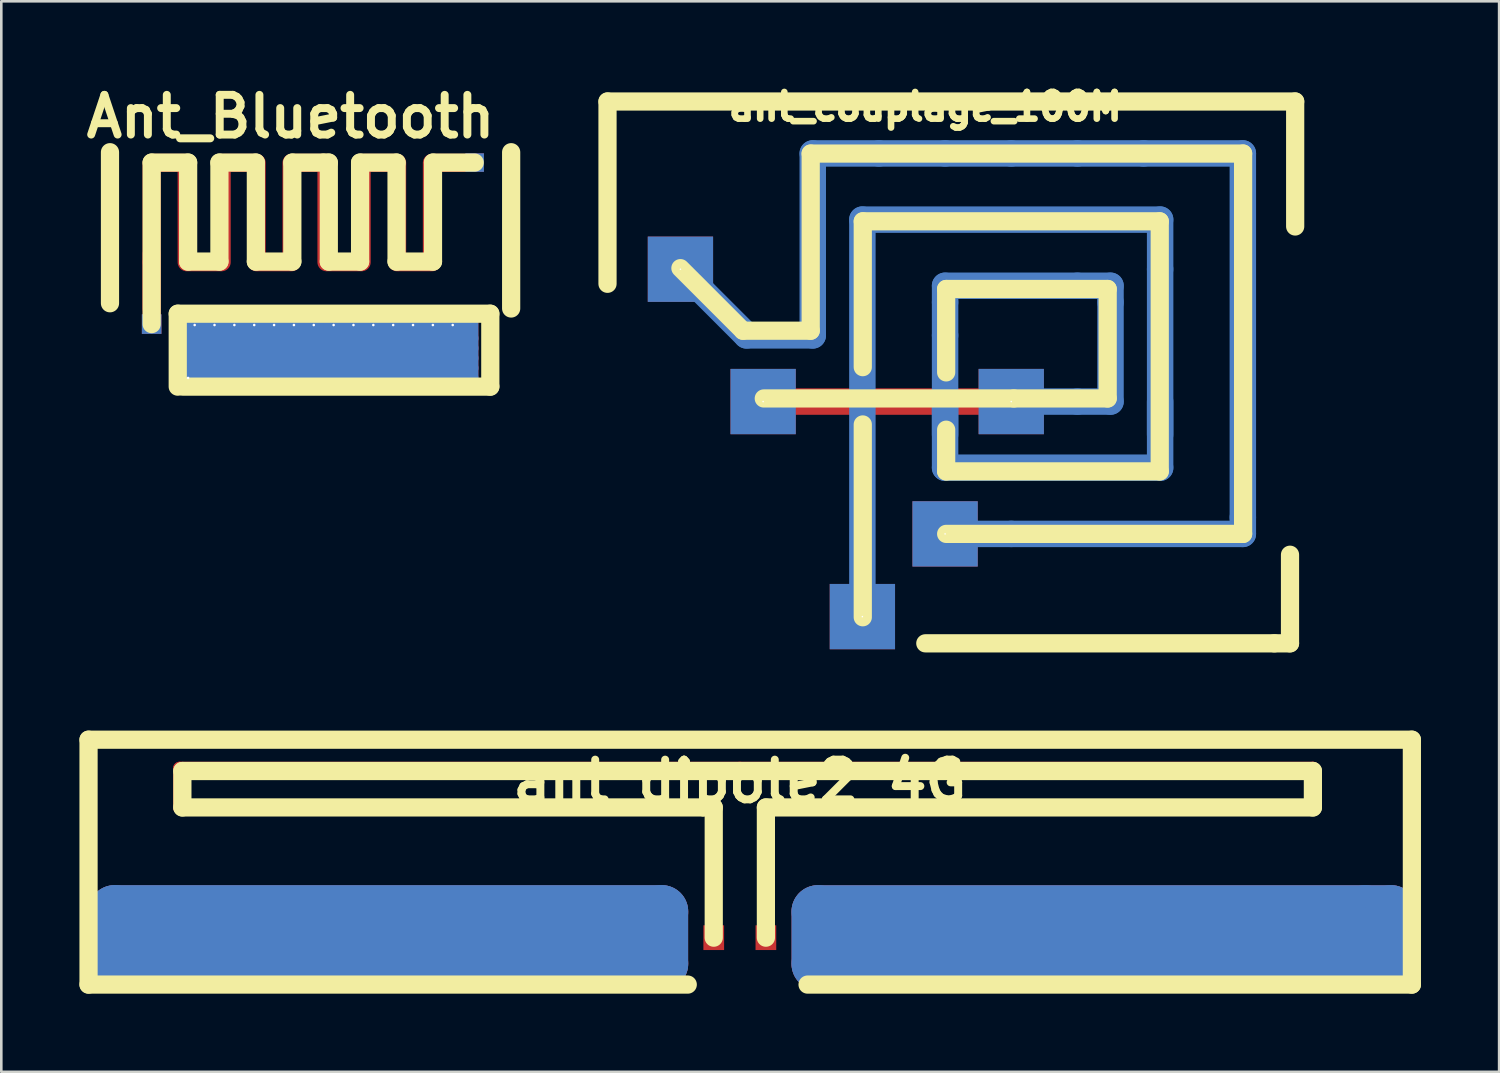
<source format=kicad_pcb>
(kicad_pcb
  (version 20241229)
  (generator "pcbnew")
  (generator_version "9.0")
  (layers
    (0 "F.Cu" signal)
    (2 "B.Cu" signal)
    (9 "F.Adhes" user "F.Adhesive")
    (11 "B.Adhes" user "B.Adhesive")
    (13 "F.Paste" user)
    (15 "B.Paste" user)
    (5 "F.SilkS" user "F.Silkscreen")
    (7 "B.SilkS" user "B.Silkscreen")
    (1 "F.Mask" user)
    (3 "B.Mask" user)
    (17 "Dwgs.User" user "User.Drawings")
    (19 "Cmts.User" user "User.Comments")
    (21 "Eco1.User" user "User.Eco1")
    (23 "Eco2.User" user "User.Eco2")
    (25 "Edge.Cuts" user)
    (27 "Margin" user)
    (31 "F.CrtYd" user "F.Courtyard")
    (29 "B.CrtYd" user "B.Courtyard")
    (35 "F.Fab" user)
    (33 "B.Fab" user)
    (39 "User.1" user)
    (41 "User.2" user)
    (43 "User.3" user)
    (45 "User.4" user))
  (footprint "ant_dipole2_4G"
    (layer "F.Cu")
    (at 25.35 30.946)
    (property "Reference" "ant_dipole2_4G" (at 0 -4 0) (layer "F.SilkS") (effects (font (size 1.524 1.524) (thickness 0.305))))
    (attr through_hole)
    (fp_line (start -24 1.001) (end -24 3) (stroke (width 2.032) (type solid)) (layer "F.Cu"))
    (fp_line (start -23.998 1.001) (end -2.997 1.001) (stroke (width 2.032) (type solid)) (layer "F.Cu"))
    (fp_line (start -23.998 3.002) (end -2.997 3.002) (stroke (width 2.032) (type solid)) (layer "F.Cu"))
    (fp_line (start -21.501 -4.501) (end 0 -4.501) (stroke (width 0.508) (type solid)) (layer "F.Cu"))
    (fp_line (start -21.501 -3) (end -21.501 -4.501) (stroke (width 0.508) (type solid)) (layer "F.Cu"))
    (fp_line (start -3 1.001) (end -3 3) (stroke (width 2.032) (type solid)) (layer "F.Cu"))
    (fp_line (start -1.001 -3) (end -21.501 -3) (stroke (width 0.508) (type solid)) (layer "F.Cu"))
    (fp_line (start -1.001 -3) (end -1.001 1.001) (stroke (width 0.508) (type solid)) (layer "F.Cu"))
    (fp_line (start -1.001 1.001) (end -1.001 1.999) (stroke (width 0.508) (type solid)) (layer "F.Cu"))
    (fp_line (start 0 -4.501) (end 21.999 -4.501) (stroke (width 0.508) (type solid)) (layer "F.Cu"))
    (fp_line (start 1.001 -3) (end 1.001 1.001) (stroke (width 0.508) (type solid)) (layer "F.Cu"))
    (fp_line (start 1.001 1.001) (end 1.001 1.999) (stroke (width 0.508) (type solid)) (layer "F.Cu"))
    (fp_line (start 3 1.001) (end 3 3) (stroke (width 2.032) (type solid)) (layer "F.Cu"))
    (fp_line (start 3.002 1.001) (end 24.003 1.001) (stroke (width 2.032) (type solid)) (layer "F.Cu"))
    (fp_line (start 3.002 3.002) (end 24.003 3.002) (stroke (width 2.032) (type solid)) (layer "F.Cu"))
    (fp_line (start 21.999 -3) (end 1.001 -3) (stroke (width 0.508) (type solid)) (layer "F.Cu"))
    (fp_line (start 21.999 -3) (end 21.999 -4.501) (stroke (width 0.508) (type solid)) (layer "F.Cu"))
    (fp_line (start 24 1.001) (end 25.001 1.001) (stroke (width 2.032) (type solid)) (layer "F.Cu"))
    (fp_line (start 25.001 1.001) (end 25.001 3) (stroke (width 2.032) (type solid)) (layer "F.Cu"))
    (fp_line (start 25.001 3) (end 24 3) (stroke (width 2.032) (type solid)) (layer "F.Cu"))
    (fp_line (start -24 0.998) (end -24 2.997) (stroke (width 2.032) (type solid)) (layer "B.Cu"))
    (fp_line (start -23.998 0.998) (end -2.997 0.998) (stroke (width 2.032) (type solid)) (layer "B.Cu"))
    (fp_line (start -23.998 3) (end -2.997 3) (stroke (width 2.032) (type solid)) (layer "B.Cu"))
    (fp_line (start -3 0.998) (end -3 2.997) (stroke (width 2.032) (type solid)) (layer "B.Cu"))
    (fp_line (start 3 1.001) (end 3 3) (stroke (width 2.032) (type solid)) (layer "B.Cu"))
    (fp_line (start 3.002 1.001) (end 24.003 1.001) (stroke (width 2.032) (type solid)) (layer "B.Cu"))
    (fp_line (start 3.002 3.002) (end 24.003 3.002) (stroke (width 2.032) (type solid)) (layer "B.Cu"))
    (fp_line (start 24 1.001) (end 25.001 1.001) (stroke (width 2.032) (type solid)) (layer "B.Cu"))
    (fp_line (start 25.001 1.001) (end 25.001 3) (stroke (width 2.032) (type solid)) (layer "B.Cu"))
    (fp_line (start 25.001 3) (end 24 3) (stroke (width 2.032) (type solid)) (layer "B.Cu"))
    (fp_line (start -25.001 -5.601) (end 25.799 -5.601) (stroke (width 0.699) (type solid)) (layer "F.SilkS"))
    (fp_line (start -25.001 3.8) (end -25.001 -5.601) (stroke (width 0.699) (type solid)) (layer "F.SilkS"))
    (fp_line (start -21.399 -4.399) (end 21.999 -4.399) (stroke (width 0.699) (type solid)) (layer "F.SilkS"))
    (fp_line (start -21.399 -3) (end -21.399 -4.399) (stroke (width 0.699) (type solid)) (layer "F.SilkS"))
    (fp_line (start -1.999 3.8) (end -25.001 3.8) (stroke (width 0.699) (type solid)) (layer "F.SilkS"))
    (fp_line (start -1.001 -3) (end -21.399 -3) (stroke (width 0.699) (type solid)) (layer "F.SilkS"))
    (fp_line (start -1.001 1.999) (end -1.001 -3) (stroke (width 0.699) (type solid)) (layer "F.SilkS"))
    (fp_line (start 1.001 -3) (end 1.001 1.999) (stroke (width 0.699) (type solid)) (layer "F.SilkS"))
    (fp_line (start 21.999 -4.399) (end 21.999 -3.2) (stroke (width 0.699) (type solid)) (layer "F.SilkS"))
    (fp_line (start 21.999 -3.2) (end 21.999 -3) (stroke (width 0.699) (type solid)) (layer "F.SilkS"))
    (fp_line (start 21.999 -3) (end 1.001 -3) (stroke (width 0.699) (type solid)) (layer "F.SilkS"))
    (fp_line (start 25.799 -5.601) (end 25.799 3.8) (stroke (width 0.699) (type solid)) (layer "F.SilkS"))
    (fp_line (start 25.799 3.8) (end 2.601 3.8) (stroke (width 0.699) (type solid)) (layer "F.SilkS"))
    (pad "1" smd rect (at 1.001 1.999) (size 0.795 0.95) (layers "F.Cu" "F.Mask" "F.Paste"))
    (pad "2" smd rect (at -1.001 1.999) (size 0.795 0.95) (layers "F.Cu" "F.Mask" "F.Paste")))
  (footprint "ant_couplage_100M"
    (layer "F.Cu")
    (at 23.07 17.445)
    (property "Reference" "ant_couplage_100M" (at 9.401 -16.401 0) (layer "F.SilkS") (effects (font (size 1.024 1.024) (thickness 0.254))))
    (attr through_hole)
    (fp_line (start 3.175 -5.08) (end 12.7 -5.08) (stroke (width 1.016) (type solid)) (layer "F.Cu"))
    (fp_line (start 2.54 -7.62) (end 0 -10.16) (stroke (width 1.016) (type solid)) (layer "B.Cu"))
    (fp_line (start 5.08 -14.605) (end 7.62 -14.605) (stroke (width 1.016) (type solid)) (layer "B.Cu"))
    (fp_line (start 5.08 -7.62) (end 2.54 -7.62) (stroke (width 1.016) (type solid)) (layer "B.Cu"))
    (fp_line (start 5.08 -7.62) (end 5.08 -14.605) (stroke (width 1.016) (type solid)) (layer "B.Cu"))
    (fp_line (start 6.985 -12.065) (end 18.415 -12.065) (stroke (width 1.016) (type solid)) (layer "B.Cu"))
    (fp_line (start 6.985 3.175) (end 6.985 -12.065) (stroke (width 1.016) (type solid)) (layer "B.Cu"))
    (fp_line (start 7.62 -14.605) (end 10.16 -14.605) (stroke (width 1.016) (type solid)) (layer "B.Cu"))
    (fp_line (start 10.16 -14.605) (end 12.7 -14.605) (stroke (width 1.016) (type solid)) (layer "B.Cu"))
    (fp_line (start 10.16 -9.525) (end 15.24 -9.525) (stroke (width 1.016) (type solid)) (layer "B.Cu"))
    (fp_line (start 10.16 -8.89) (end 10.16 -9.525) (stroke (width 1.016) (type solid)) (layer "B.Cu"))
    (fp_line (start 10.16 -7.62) (end 10.16 -8.89) (stroke (width 1.016) (type solid)) (layer "B.Cu"))
    (fp_line (start 10.16 -5.08) (end 10.16 -3.81) (stroke (width 1.016) (type solid)) (layer "B.Cu"))
    (fp_line (start 10.16 -2.54) (end 10.16 -7.62) (stroke (width 1.016) (type solid)) (layer "B.Cu"))
    (fp_line (start 12.7 -14.605) (end 15.24 -14.605) (stroke (width 1.016) (type solid)) (layer "B.Cu"))
    (fp_line (start 12.7 0) (end 10.16 0) (stroke (width 1.016) (type solid)) (layer "B.Cu"))
    (fp_line (start 15.24 -14.605) (end 17.78 -14.605) (stroke (width 1.016) (type solid)) (layer "B.Cu"))
    (fp_line (start 15.24 -9.525) (end 16.51 -9.525) (stroke (width 1.016) (type solid)) (layer "B.Cu"))
    (fp_line (start 15.24 -5.08) (end 12.7 -5.08) (stroke (width 1.016) (type solid)) (layer "B.Cu"))
    (fp_line (start 15.24 -5.08) (end 16.51 -5.08) (stroke (width 1.016) (type solid)) (layer "B.Cu"))
    (fp_line (start 16.51 -9.525) (end 16.51 -8.89) (stroke (width 1.016) (type solid)) (layer "B.Cu"))
    (fp_line (start 16.51 -8.89) (end 16.51 -5.08) (stroke (width 1.016) (type solid)) (layer "B.Cu"))
    (fp_line (start 17.78 -14.605) (end 21.59 -14.605) (stroke (width 1.016) (type solid)) (layer "B.Cu"))
    (fp_line (start 18.415 -10.16) (end 18.415 -12.065) (stroke (width 1.016) (type solid)) (layer "B.Cu"))
    (fp_line (start 18.415 -10.16) (end 18.415 -2.54) (stroke (width 1.016) (type solid)) (layer "B.Cu"))
    (fp_line (start 18.415 -5.08) (end 18.415 -3.81) (stroke (width 1.016) (type solid)) (layer "B.Cu"))
    (fp_line (start 18.415 -2.54) (end 10.16 -2.54) (stroke (width 1.016) (type solid)) (layer "B.Cu"))
    (fp_line (start 21.59 -14.605) (end 21.59 -0.635) (stroke (width 1.016) (type solid)) (layer "B.Cu"))
    (fp_line (start 21.59 0) (end 12.7 0) (stroke (width 1.016) (type solid)) (layer "B.Cu"))
    (fp_line (start 21.59 0) (end 21.59 -0.635) (stroke (width 1.016) (type solid)) (layer "B.Cu"))
    (fp_line (start -2.799 -16.599) (end 23.599 -16.599) (stroke (width 0.699) (type solid)) (layer "F.SilkS"))
    (fp_line (start -2.799 -9.601) (end -2.799 -16.599) (stroke (width 0.699) (type solid)) (layer "F.SilkS"))
    (fp_line (start 0 -10.201) (end 2.4 -7.8) (stroke (width 0.699) (type solid)) (layer "F.SilkS"))
    (fp_line (start 2.4 -7.8) (end 5.001 -7.8) (stroke (width 0.699) (type solid)) (layer "F.SilkS"))
    (fp_line (start 3.2 -5.199) (end 12.799 -5.199) (stroke (width 0.699) (type solid)) (layer "F.SilkS"))
    (fp_line (start 5.001 -14.6) (end 21.6 -14.6) (stroke (width 0.699) (type solid)) (layer "F.SilkS"))
    (fp_line (start 5.001 -7.8) (end 5.001 -14.6) (stroke (width 0.699) (type solid)) (layer "F.SilkS"))
    (fp_line (start 7 -11.999) (end 7 -6.401) (stroke (width 0.699) (type solid)) (layer "F.SilkS"))
    (fp_line (start 7 -4.201) (end 7 3.2) (stroke (width 0.699) (type solid)) (layer "F.SilkS"))
    (fp_line (start 9.401 4.201) (end 22.799 4.201) (stroke (width 0.699) (type solid)) (layer "F.SilkS"))
    (fp_line (start 10.201 -9.401) (end 10.201 -6.2) (stroke (width 0.699) (type solid)) (layer "F.SilkS"))
    (fp_line (start 10.201 -4) (end 10.201 -2.4) (stroke (width 0.699) (type solid)) (layer "F.SilkS"))
    (fp_line (start 10.201 -2.4) (end 18.4 -2.4) (stroke (width 0.699) (type solid)) (layer "F.SilkS"))
    (fp_line (start 12.799 -5.199) (end 16.401 -5.199) (stroke (width 0.699) (type solid)) (layer "F.SilkS"))
    (fp_line (start 16.401 -9.401) (end 10.201 -9.401) (stroke (width 0.699) (type solid)) (layer "F.SilkS"))
    (fp_line (start 16.401 -5.199) (end 16.401 -9.401) (stroke (width 0.699) (type solid)) (layer "F.SilkS"))
    (fp_line (start 18.4 -11.999) (end 7 -11.999) (stroke (width 0.699) (type solid)) (layer "F.SilkS"))
    (fp_line (start 18.4 -2.4) (end 18.4 -11.999) (stroke (width 0.699) (type solid)) (layer "F.SilkS"))
    (fp_line (start 21.6 -14.6) (end 21.6 0) (stroke (width 0.699) (type solid)) (layer "F.SilkS"))
    (fp_line (start 21.6 0) (end 10.201 0) (stroke (width 0.699) (type solid)) (layer "F.SilkS"))
    (fp_line (start 22.799 4.201) (end 23.401 4.201) (stroke (width 0.699) (type solid)) (layer "F.SilkS"))
    (fp_line (start 23.401 4.201) (end 23.401 0.8) (stroke (width 0.699) (type solid)) (layer "F.SilkS"))
    (fp_line (start 23.599 -16.599) (end 23.599 -11.801) (stroke (width 0.699) (type solid)) (layer "F.SilkS"))
    (pad "" thru_hole rect (at 6.985 3.175) (size 2.507 2.507) (drill 0.061) (layers "*.Cu"))
    (pad "" thru_hole rect (at 12.7 -5.08) (size 2.507 2.507) (drill 0.061) (layers "*.Cu"))
    (pad "1" thru_hole rect (at 0 -10.16) (size 2.507 2.507) (drill 0.061) (layers "*.Cu"))
    (pad "Ant" thru_hole rect (at 10.16 0) (size 2.507 2.507) (drill 0.061) (layers "*.Cu"))
    (pad "Gnd" thru_hole rect (at 3.175 -5.08) (size 2.507 2.507) (drill 0.061) (layers "*.Cu")))
  (footprint "Ant_Bluetooth"
    (layer "F.Cu")
    (at 2.772 8.792)
    (property "Reference" "Ant_Bluetooth" (at 5.334 -7.366 0) (layer "F.SilkS") (effects (font (size 1.524 1.524) (thickness 0.305))))
    (attr through_hole)
    (fp_line (start 0 -5.588) (end 0 -1.778) (stroke (width 0.699) (type solid)) (layer "F.Cu"))
    (fp_line (start 0 -1.778) (end 0 0) (stroke (width 0.699) (type solid)) (layer "F.Cu"))
    (fp_line (start 0.003 -2.101) (end 0.003 0.439) (stroke (width 0.699) (type solid)) (layer "F.Cu"))
    (fp_line (start 0.099 -5.588) (end 1.242 -5.588) (stroke (width 0.699) (type solid)) (layer "F.Cu"))
    (fp_line (start 1.27 0.254) (end 1.27 2.54) (stroke (width 0.699) (type solid)) (layer "F.Cu"))
    (fp_line (start 1.27 0.254) (end 12.192 0.254) (stroke (width 0.699) (type solid)) (layer "F.Cu"))
    (fp_line (start 1.27 1.143) (end 12.192 1.143) (stroke (width 0.699) (type solid)) (layer "F.Cu"))
    (fp_line (start 1.27 1.524) (end 12.192 1.524) (stroke (width 0.699) (type solid)) (layer "F.Cu"))
    (fp_line (start 1.27 1.905) (end 12.192 1.905) (stroke (width 0.699) (type solid)) (layer "F.Cu"))
    (fp_line (start 1.27 2.286) (end 12.192 2.286) (stroke (width 0.699) (type solid)) (layer "F.Cu"))
    (fp_line (start 1.27 2.667) (end 12.192 2.667) (stroke (width 0.699) (type solid)) (layer "F.Cu"))
    (fp_line (start 1.346 -5.588) (end 1.346 -1.778) (stroke (width 0.699) (type solid)) (layer "F.Cu"))
    (fp_line (start 1.445 -1.778) (end 2.588 -1.778) (stroke (width 0.699) (type solid)) (layer "F.Cu"))
    (fp_line (start 2.685 -1.778) (end 2.685 -5.588) (stroke (width 0.699) (type solid)) (layer "F.Cu"))
    (fp_line (start 2.786 -5.588) (end 3.929 -5.588) (stroke (width 0.699) (type solid)) (layer "F.Cu"))
    (fp_line (start 4.028 -5.588) (end 4.028 -1.778) (stroke (width 0.699) (type solid)) (layer "F.Cu"))
    (fp_line (start 4.128 -1.778) (end 5.271 -1.778) (stroke (width 0.699) (type solid)) (layer "F.Cu"))
    (fp_line (start 5.37 -1.778) (end 5.37 -5.588) (stroke (width 0.699) (type solid)) (layer "F.Cu"))
    (fp_line (start 5.474 -5.588) (end 6.617 -5.588) (stroke (width 0.699) (type solid)) (layer "F.Cu"))
    (fp_line (start 6.713 -5.588) (end 6.713 -1.778) (stroke (width 0.699) (type solid)) (layer "F.Cu"))
    (fp_line (start 6.817 -1.778) (end 7.96 -1.778) (stroke (width 0.699) (type solid)) (layer "F.Cu"))
    (fp_line (start 8.059 -1.778) (end 8.059 -5.588) (stroke (width 0.699) (type solid)) (layer "F.Cu"))
    (fp_line (start 8.171 -5.588) (end 9.314 -5.588) (stroke (width 0.699) (type solid)) (layer "F.Cu"))
    (fp_line (start 9.421 -5.588) (end 9.421 -1.778) (stroke (width 0.699) (type solid)) (layer "F.Cu"))
    (fp_line (start 9.517 -1.778) (end 10.66 -1.778) (stroke (width 0.699) (type solid)) (layer "F.Cu"))
    (fp_line (start 10.759 -1.778) (end 10.759 -5.588) (stroke (width 0.699) (type solid)) (layer "F.Cu"))
    (fp_line (start 10.874 -5.588) (end 12.017 -5.588) (stroke (width 0.699) (type solid)) (layer "F.Cu"))
    (fp_line (start 12.192 0.254) (end 12.192 2.54) (stroke (width 0.699) (type solid)) (layer "F.Cu"))
    (fp_line (start 1.27 0.254) (end 12.192 0.254) (stroke (width 0.699) (type solid)) (layer "B.Cu"))
    (fp_line (start 1.27 1.143) (end 12.192 1.143) (stroke (width 0.699) (type solid)) (layer "B.Cu"))
    (fp_line (start 1.27 1.524) (end 12.192 1.524) (stroke (width 0.699) (type solid)) (layer "B.Cu"))
    (fp_line (start 1.27 1.905) (end 12.192 1.905) (stroke (width 0.699) (type solid)) (layer "B.Cu"))
    (fp_line (start 1.27 2.286) (end 12.192 2.286) (stroke (width 0.699) (type solid)) (layer "B.Cu"))
    (fp_line (start 1.27 2.667) (end 1.27 0.254) (stroke (width 0.699) (type solid)) (layer "B.Cu"))
    (fp_line (start 1.27 2.667) (end 12.192 2.667) (stroke (width 0.699) (type solid)) (layer "B.Cu"))
    (fp_line (start 12.192 2.667) (end 12.192 0.254) (stroke (width 0.699) (type solid)) (layer "B.Cu"))
    (fp_line (start -1.6 -0.201) (end -1.6 -5.999) (stroke (width 0.699) (type solid)) (layer "F.SilkS"))
    (fp_line (start 0 -5.601) (end 1.4 -5.601) (stroke (width 0.699) (type solid)) (layer "F.SilkS"))
    (fp_line (start 0 0.599) (end 0 -5.601) (stroke (width 0.699) (type solid)) (layer "F.SilkS"))
    (fp_line (start 1.001 0.201) (end 13 0.201) (stroke (width 0.699) (type solid)) (layer "F.SilkS"))
    (fp_line (start 1.001 3) (end 1.001 0.201) (stroke (width 0.699) (type solid)) (layer "F.SilkS"))
    (fp_line (start 1.4 -5.601) (end 1.4 -1.801) (stroke (width 0.699) (type solid)) (layer "F.SilkS"))
    (fp_line (start 1.4 -1.801) (end 2.601 -1.801) (stroke (width 0.699) (type solid)) (layer "F.SilkS"))
    (fp_line (start 2.601 -5.601) (end 4 -5.601) (stroke (width 0.699) (type solid)) (layer "F.SilkS"))
    (fp_line (start 2.601 -1.801) (end 2.601 -5.601) (stroke (width 0.699) (type solid)) (layer "F.SilkS"))
    (fp_line (start 4 -5.601) (end 4 -1.801) (stroke (width 0.699) (type solid)) (layer "F.SilkS"))
    (fp_line (start 4 -1.801) (end 5.4 -1.801) (stroke (width 0.699) (type solid)) (layer "F.SilkS"))
    (fp_line (start 5.4 -5.601) (end 6.599 -5.601) (stroke (width 0.699) (type solid)) (layer "F.SilkS"))
    (fp_line (start 5.4 -1.801) (end 5.4 -5.601) (stroke (width 0.699) (type solid)) (layer "F.SilkS"))
    (fp_line (start 6.599 -5.601) (end 6.8 -5.601) (stroke (width 0.699) (type solid)) (layer "F.SilkS"))
    (fp_line (start 6.8 -5.601) (end 6.8 -1.801) (stroke (width 0.699) (type solid)) (layer "F.SilkS"))
    (fp_line (start 6.8 -1.801) (end 8.001 -1.801) (stroke (width 0.699) (type solid)) (layer "F.SilkS"))
    (fp_line (start 8.001 -5.601) (end 9.401 -5.601) (stroke (width 0.699) (type solid)) (layer "F.SilkS"))
    (fp_line (start 8.001 -1.801) (end 8.001 -5.601) (stroke (width 0.699) (type solid)) (layer "F.SilkS"))
    (fp_line (start 9.401 -5.601) (end 9.401 -1.801) (stroke (width 0.699) (type solid)) (layer "F.SilkS"))
    (fp_line (start 9.401 -1.801) (end 10.8 -1.801) (stroke (width 0.699) (type solid)) (layer "F.SilkS"))
    (fp_line (start 10.8 -5.601) (end 12.4 -5.601) (stroke (width 0.699) (type solid)) (layer "F.SilkS"))
    (fp_line (start 10.8 -1.801) (end 10.8 -5.601) (stroke (width 0.699) (type solid)) (layer "F.SilkS"))
    (fp_line (start 13 0.201) (end 13 3) (stroke (width 0.699) (type solid)) (layer "F.SilkS"))
    (fp_line (start 13 3) (end 1.199 3) (stroke (width 0.699) (type solid)) (layer "F.SilkS"))
    (fp_line (start 13.8 0) (end 13.8 -5.999) (stroke (width 0.699) (type solid)) (layer "F.SilkS"))
    (pad "" thru_hole rect (at 1.397 2.667) (size 0.795 0.511) (drill 0.099) (layers "*.Cu"))
    (pad "" thru_hole rect (at 1.651 0.635) (size 0.795 0.511) (drill 0.099) (layers "*.Cu"))
    (pad "" thru_hole rect (at 2.413 0.635) (size 0.795 0.511) (drill 0.099) (layers "*.Cu"))
    (pad "" thru_hole rect (at 3.175 0.635) (size 0.795 0.511) (drill 0.099) (layers "*.Cu"))
    (pad "" thru_hole rect (at 3.937 0.635) (size 0.795 0.511) (drill 0.099) (layers "*.Cu"))
    (pad "" thru_hole rect (at 4.699 0.635) (size 0.795 0.511) (drill 0.099) (layers "*.Cu"))
    (pad "" thru_hole rect (at 5.461 0.635) (size 0.795 0.511) (drill 0.099) (layers "*.Cu"))
    (pad "" thru_hole rect (at 6.223 0.635) (size 0.795 0.511) (drill 0.099) (layers "*.Cu"))
    (pad "" thru_hole rect (at 6.985 0.635) (size 0.795 0.511) (drill 0.099) (layers "*.Cu"))
    (pad "" thru_hole rect (at 7.747 0.635) (size 0.795 0.511) (drill 0.099) (layers "*.Cu"))
    (pad "" thru_hole rect (at 8.509 0.635) (size 0.795 0.511) (drill 0.099) (layers "*.Cu"))
    (pad "" thru_hole rect (at 9.271 0.635) (size 0.795 0.511) (drill 0.099) (layers "*.Cu"))
    (pad "" thru_hole rect (at 10.033 0.635) (size 0.795 0.511) (drill 0.099) (layers "*.Cu"))
    (pad "" thru_hole rect (at 10.795 0.635) (size 0.795 0.511) (drill 0.099) (layers "*.Cu"))
    (pad "" thru_hole rect (at 11.557 0.635) (size 0.795 0.511) (drill 0.099) (layers "*.Cu"))
    (pad "" thru_hole rect (at 12.4 -5.601) (size 0.711 0.711) (drill 0.000001) (layers "F.Cu"))
    (pad "1" thru_hole rect (at 0 0.599) (size 0.752 0.752) (drill 0.000001) (layers "F.Cu")))
  (gr_rect
    (start -3 -3)
    (end 54.498 38.095)
    (stroke (width 0.1) (type default))
    (fill no)
    (layer "Edge.Cuts")))
</source>
